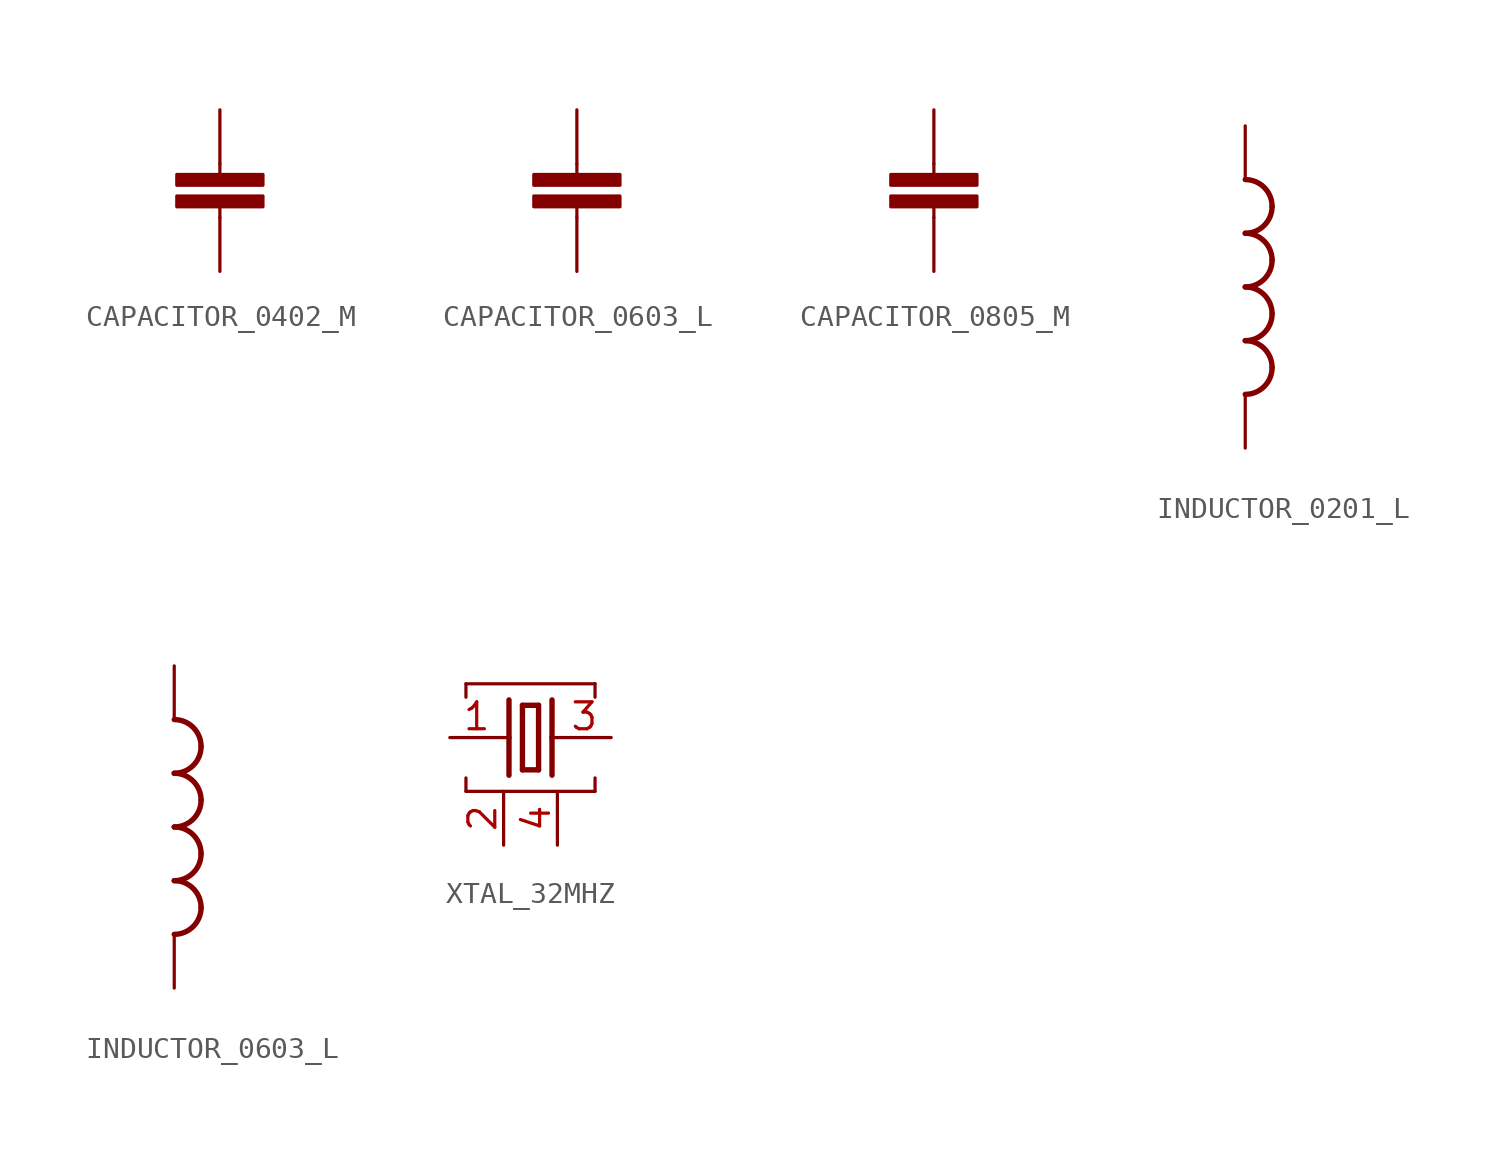
<source format=kicad_sym>
(kicad_symbol_lib
  (version 20220914)
  (generator kicad_symbol_editor)
  (symbol "CAPACITOR_0402_M"
    (property "Reference" ""
      (at 1.524 0.381 0)
      (effects (font (size 1.778 1.511)) (justify left bottom) hide))
    (property "Value" ""
      (at 1.524 -4.699 0)
      (effects (font (size 1.778 1.511)) (justify left bottom)))
    (property "ki_locked" ""
      (at 0 0 0)
      (effects (font (size 1.27 1.27))))
    (symbol "CAPACITOR_0402_M_1_0"
      (rectangle (start -2.032 -2.032) (end 2.032 -1.524) (stroke (width 0) (type default)) (fill (type outline)))
      (rectangle (start -2.032 -1.016) (end 2.032 -0.508) (stroke (width 0) (type default)) (fill (type outline)))
      (polyline (pts (xy 0 -2.54) (xy 0 -2.032)) (stroke (width 0.152) (type solid)) (fill (type none)))
      (polyline (pts (xy 0 0) (xy 0 -0.508)) (stroke (width 0.152) (type solid)) (fill (type none)))
      (pin passive line (at 0 2.54 270) (length 2.54) (name "1" (effects (font (size 0 0)))) (number "1" (effects (font (size 0 0)))))
      (pin passive line (at 0 -5.08 90) (length 2.54) (name "2" (effects (font (size 0 0)))) (number "2" (effects (font (size 0 0)))))))
  (symbol "CAPACITOR_0603_L"
    (property "Reference" ""
      (at 1.524 0.381 0)
      (effects (font (size 1.778 1.511)) (justify left bottom) hide))
    (property "Value" ""
      (at 1.524 -4.699 0)
      (effects (font (size 1.778 1.511)) (justify left bottom)))
    (property "ki_locked" ""
      (at 0 0 0)
      (effects (font (size 1.27 1.27))))
    (symbol "CAPACITOR_0603_L_1_0"
      (rectangle (start -2.032 -2.032) (end 2.032 -1.524) (stroke (width 0) (type default)) (fill (type outline)))
      (rectangle (start -2.032 -1.016) (end 2.032 -0.508) (stroke (width 0) (type default)) (fill (type outline)))
      (polyline (pts (xy 0 -2.54) (xy 0 -2.032)) (stroke (width 0.152) (type solid)) (fill (type none)))
      (polyline (pts (xy 0 0) (xy 0 -0.508)) (stroke (width 0.152) (type solid)) (fill (type none)))
      (pin passive line (at 0 2.54 270) (length 2.54) (name "1" (effects (font (size 0 0)))) (number "1" (effects (font (size 0 0)))))
      (pin passive line (at 0 -5.08 90) (length 2.54) (name "2" (effects (font (size 0 0)))) (number "2" (effects (font (size 0 0)))))))
  (symbol "CAPACITOR_0805_M"
    (property "Reference" ""
      (at 1.524 0.381 0)
      (effects (font (size 1.778 1.511)) (justify left bottom) hide))
    (property "Value" ""
      (at 1.524 -4.699 0)
      (effects (font (size 1.778 1.511)) (justify left bottom)))
    (property "ki_locked" ""
      (at 0 0 0)
      (effects (font (size 1.27 1.27))))
    (symbol "CAPACITOR_0805_M_1_0"
      (rectangle (start -2.032 -2.032) (end 2.032 -1.524) (stroke (width 0) (type default)) (fill (type outline)))
      (rectangle (start -2.032 -1.016) (end 2.032 -0.508) (stroke (width 0) (type default)) (fill (type outline)))
      (polyline (pts (xy 0 -2.54) (xy 0 -2.032)) (stroke (width 0.152) (type solid)) (fill (type none)))
      (polyline (pts (xy 0 0) (xy 0 -0.508)) (stroke (width 0.152) (type solid)) (fill (type none)))
      (pin passive line (at 0 2.54 270) (length 2.54) (name "1" (effects (font (size 0 0)))) (number "1" (effects (font (size 0 0)))))
      (pin passive line (at 0 -5.08 90) (length 2.54) (name "2" (effects (font (size 0 0)))) (number "2" (effects (font (size 0 0)))))))
  (symbol "INDUCTOR_0201_L"
    (property "Reference" ""
      (at -1.27 -5.08 90)
      (effects (font (size 1.778 1.511)) (justify left bottom) hide))
    (property "Value" ""
      (at 3.81 -5.08 90)
      (effects (font (size 1.778 1.511)) (justify left bottom)))
    (property "ki_locked" ""
      (at 0 0 0)
      (effects (font (size 1.27 1.27))))
    (symbol "INDUCTOR_0201_L_1_0"
      (arc (start 0 -5.08) (mid 0.898 -4.708) (end 1.27 -3.81) (stroke (width 0.254) (type solid)) (fill (type none)))
      (arc (start 0 -2.54) (mid 0.898 -2.168) (end 1.27 -1.27) (stroke (width 0.254) (type solid)) (fill (type none)))
      (arc (start 0 0) (mid 0.898 0.372) (end 1.27 1.27) (stroke (width 0.254) (type solid)) (fill (type none)))
      (arc (start 0 2.54) (mid 0.898 2.912) (end 1.27 3.81) (stroke (width 0.254) (type solid)) (fill (type none)))
      (arc (start 1.27 -3.81) (mid 0.898 -2.912) (end 0 -2.54) (stroke (width 0.254) (type solid)) (fill (type none)))
      (arc (start 1.27 -1.27) (mid 0.898 -0.372) (end 0 0) (stroke (width 0.254) (type solid)) (fill (type none)))
      (arc (start 1.27 1.27) (mid 0.898 2.168) (end 0 2.54) (stroke (width 0.254) (type solid)) (fill (type none)))
      (arc (start 1.27 3.81) (mid 0.898 4.708) (end 0 5.08) (stroke (width 0.254) (type solid)) (fill (type none)))
      (pin passive line (at 0 7.62 270) (length 2.54) (name "1" (effects (font (size 0 0)))) (number "1" (effects (font (size 0 0)))))
      (pin passive line (at 0 -7.62 90) (length 2.54) (name "2" (effects (font (size 0 0)))) (number "2" (effects (font (size 0 0)))))))
  (symbol "INDUCTOR_0603_L"
    (property "Reference" ""
      (at -1.27 -5.08 90)
      (effects (font (size 1.778 1.511)) (justify left bottom) hide))
    (property "Value" ""
      (at 3.81 -5.08 90)
      (effects (font (size 1.778 1.511)) (justify left bottom)))
    (property "ki_locked" ""
      (at 0 0 0)
      (effects (font (size 1.27 1.27))))
    (symbol "INDUCTOR_0603_L_1_0"
      (arc (start 0 -5.08) (mid 0.898 -4.708) (end 1.27 -3.81) (stroke (width 0.254) (type solid)) (fill (type none)))
      (arc (start 0 -2.54) (mid 0.898 -2.168) (end 1.27 -1.27) (stroke (width 0.254) (type solid)) (fill (type none)))
      (arc (start 0 0) (mid 0.898 0.372) (end 1.27 1.27) (stroke (width 0.254) (type solid)) (fill (type none)))
      (arc (start 0 2.54) (mid 0.898 2.912) (end 1.27 3.81) (stroke (width 0.254) (type solid)) (fill (type none)))
      (arc (start 1.27 -3.81) (mid 0.898 -2.912) (end 0 -2.54) (stroke (width 0.254) (type solid)) (fill (type none)))
      (arc (start 1.27 -1.27) (mid 0.898 -0.372) (end 0 0) (stroke (width 0.254) (type solid)) (fill (type none)))
      (arc (start 1.27 1.27) (mid 0.898 2.168) (end 0 2.54) (stroke (width 0.254) (type solid)) (fill (type none)))
      (arc (start 1.27 3.81) (mid 0.898 4.708) (end 0 5.08) (stroke (width 0.254) (type solid)) (fill (type none)))
      (pin passive line (at 0 7.62 270) (length 2.54) (name "1" (effects (font (size 0 0)))) (number "1" (effects (font (size 0 0)))))
      (pin passive line (at 0 -7.62 90) (length 2.54) (name "2" (effects (font (size 0 0)))) (number "2" (effects (font (size 0 0)))))))
  (symbol "XTAL_32MHZ"
    (property "Reference" ""
      (at 0 8.636 0)
      (effects (font (size 1.778 1.511)) (justify left bottom) hide))
    (property "Value" ""
      (at 0 6.35 0)
      (effects (font (size 1.778 1.511)) (justify left bottom)))
    (property "ki_locked" ""
      (at 0 0 0)
      (effects (font (size 1.27 1.27))))
    (symbol "XTAL_32MHZ_1_0"
      (polyline (pts (xy 0.762 0) (xy 0.762 0.635)) (stroke (width 0.152) (type solid)) (fill (type none)))
      (polyline (pts (xy 0.762 0) (xy 6.858 0)) (stroke (width 0.152) (type solid)) (fill (type none)))
      (polyline (pts (xy 0.762 4.445) (xy 0.762 5.08)) (stroke (width 0.152) (type solid)) (fill (type none)))
      (polyline (pts (xy 0.762 5.08) (xy 6.858 5.08)) (stroke (width 0.152) (type solid)) (fill (type none)))
      (polyline (pts (xy 2.54 2.54) (xy 2.794 2.54)) (stroke (width 0.152) (type solid)) (fill (type none)))
      (polyline (pts (xy 2.794 2.54) (xy 2.794 0.762)) (stroke (width 0.254) (type solid)) (fill (type none)))
      (polyline (pts (xy 2.794 4.318) (xy 2.794 2.54)) (stroke (width 0.254) (type solid)) (fill (type none)))
      (polyline (pts (xy 3.429 1.016) (xy 4.191 1.016)) (stroke (width 0.254) (type solid)) (fill (type none)))
      (polyline (pts (xy 3.429 4.064) (xy 3.429 1.016)) (stroke (width 0.254) (type solid)) (fill (type none)))
      (polyline (pts (xy 4.191 1.016) (xy 4.191 4.064)) (stroke (width 0.254) (type solid)) (fill (type none)))
      (polyline (pts (xy 4.191 4.064) (xy 3.429 4.064)) (stroke (width 0.254) (type solid)) (fill (type none)))
      (polyline (pts (xy 4.826 2.54) (xy 4.826 0.762)) (stroke (width 0.254) (type solid)) (fill (type none)))
      (polyline (pts (xy 4.826 2.54) (xy 5.08 2.54)) (stroke (width 0.152) (type solid)) (fill (type none)))
      (polyline (pts (xy 4.826 4.318) (xy 4.826 2.54)) (stroke (width 0.254) (type solid)) (fill (type none)))
      (polyline (pts (xy 6.858 0.635) (xy 6.858 0)) (stroke (width 0.152) (type solid)) (fill (type none)))
      (polyline (pts (xy 6.858 5.08) (xy 6.858 4.445)) (stroke (width 0.152) (type solid)) (fill (type none)))
      (pin passive line (at 0 2.54 0) (length 2.54) (name "1" (effects (font (size 0 0)))) (number "1" (effects (font (size 1.27 1.27)))))
      (pin passive line (at 2.54 -2.54 90) (length 2.54) (name "2" (effects (font (size 0 0)))) (number "2" (effects (font (size 1.27 1.27)))))
      (pin passive line (at 7.62 2.54 180) (length 2.54) (name "3" (effects (font (size 0 0)))) (number "3" (effects (font (size 1.27 1.27)))))
      (pin passive line (at 5.08 -2.54 90) (length 2.54) (name "4" (effects (font (size 0 0)))) (number "4" (effects (font (size 1.27 1.27))))))))
</source>
